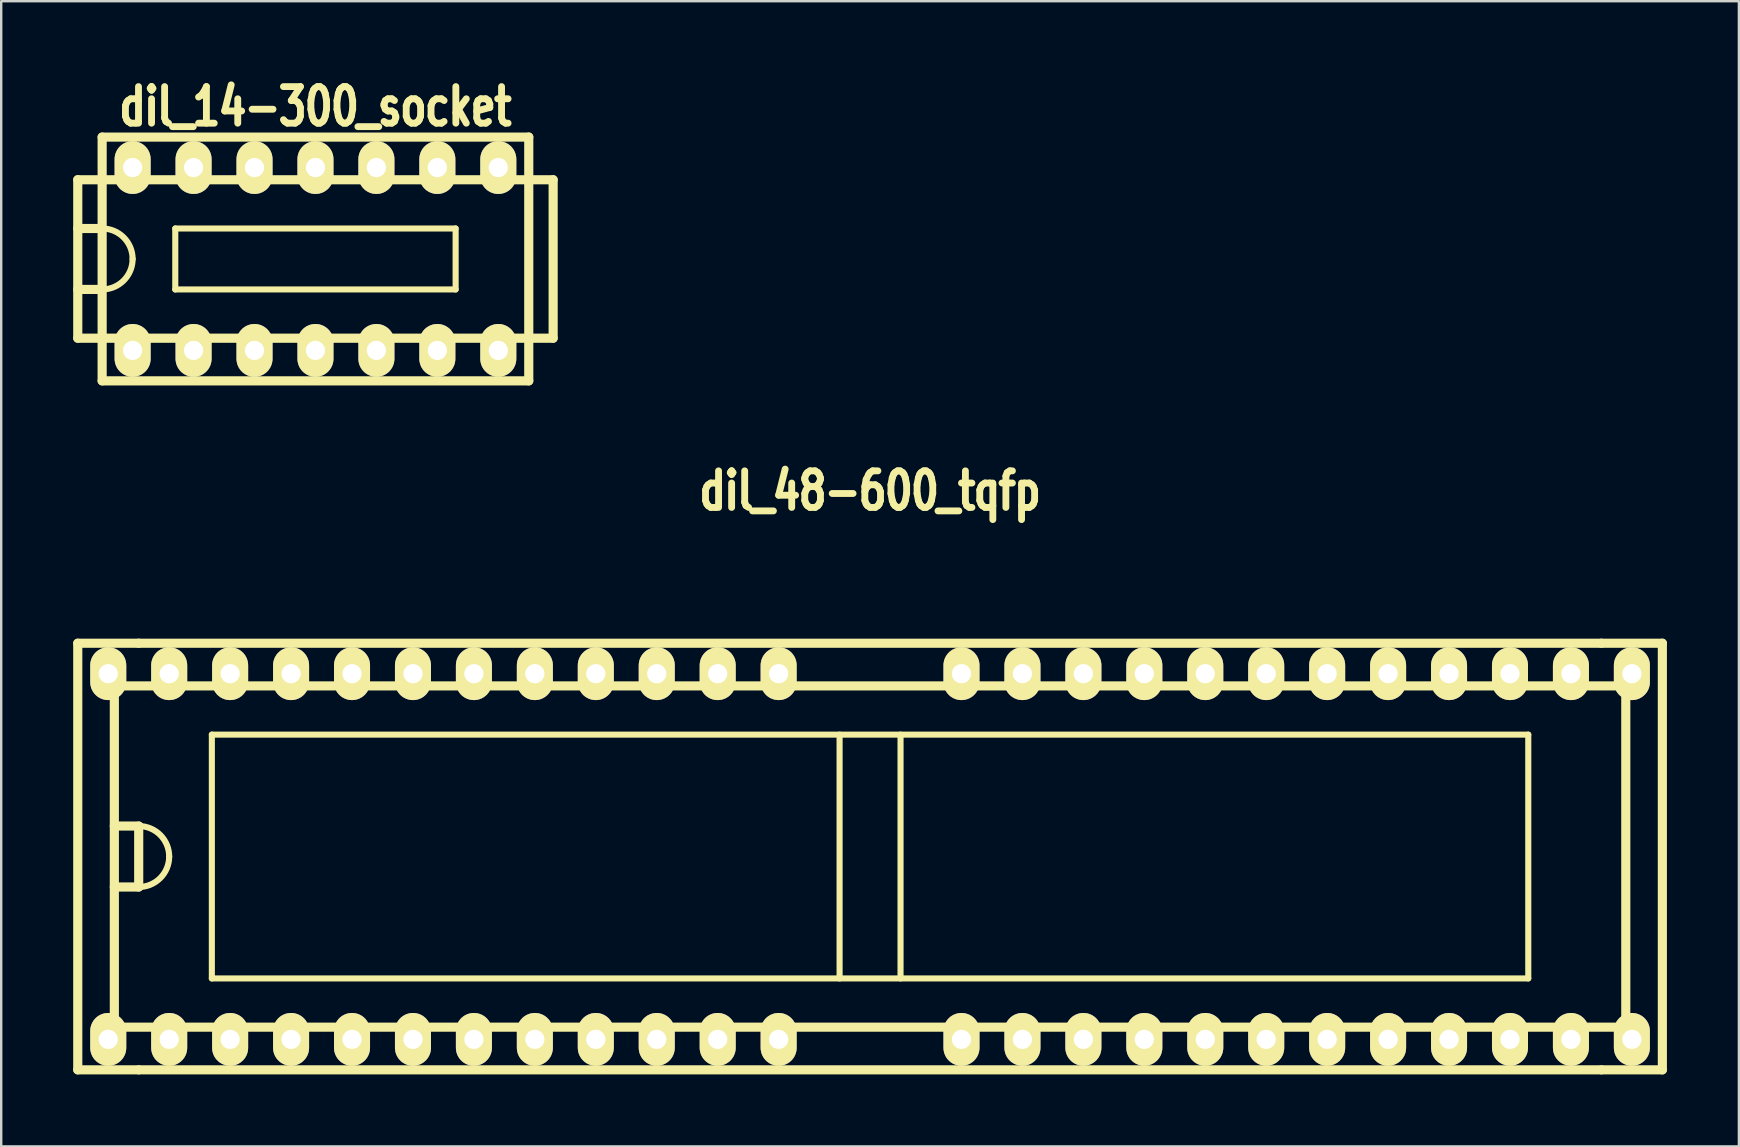
<source format=kicad_pcb>
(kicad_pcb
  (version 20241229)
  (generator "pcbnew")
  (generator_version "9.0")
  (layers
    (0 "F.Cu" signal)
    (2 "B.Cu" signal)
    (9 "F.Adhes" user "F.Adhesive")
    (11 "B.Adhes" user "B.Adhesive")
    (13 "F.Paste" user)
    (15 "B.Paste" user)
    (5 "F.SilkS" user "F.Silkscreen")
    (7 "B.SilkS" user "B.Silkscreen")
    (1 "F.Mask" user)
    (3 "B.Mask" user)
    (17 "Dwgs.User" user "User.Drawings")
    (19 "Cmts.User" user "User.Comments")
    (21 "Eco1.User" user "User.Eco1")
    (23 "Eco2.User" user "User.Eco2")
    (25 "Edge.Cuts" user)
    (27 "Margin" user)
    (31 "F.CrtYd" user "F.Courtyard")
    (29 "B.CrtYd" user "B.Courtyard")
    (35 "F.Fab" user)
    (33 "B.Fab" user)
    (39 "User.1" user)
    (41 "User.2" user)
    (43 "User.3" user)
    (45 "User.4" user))
  (footprint "dil_14-300_socket"
    (layer "F.Cu")
    (at 10.097 7.743)
    (property "Reference" "dil_14-300_socket" (at 0 -6.35 0) (layer "F.SilkS") (effects (font (size 1.524 1.143) (thickness 0.287))))
    (attr through_hole)
    (fp_line (start -9.906 -3.302) (end 9.906 -3.302) (stroke (width 0.381) (type solid)) (layer "F.SilkS"))
    (fp_line (start -9.906 3.302) (end -9.906 -3.302) (stroke (width 0.381) (type solid)) (layer "F.SilkS"))
    (fp_line (start -8.89 -1.27) (end -9.906 -1.27) (stroke (width 0.381) (type solid)) (layer "F.SilkS"))
    (fp_line (start -8.89 1.27) (end -9.906 1.27) (stroke (width 0.381) (type solid)) (layer "F.SilkS"))
    (fp_line (start -8.89 5.08) (end -8.89 -5.08) (stroke (width 0.381) (type solid)) (layer "F.SilkS"))
    (fp_line (start -8.89 5.08) (end 8.89 5.08) (stroke (width 0.381) (type solid)) (layer "F.SilkS"))
    (fp_line (start -5.842 -1.27) (end -5.842 1.27) (stroke (width 0.254) (type solid)) (layer "F.SilkS"))
    (fp_line (start -5.842 -1.27) (end 5.842 -1.27) (stroke (width 0.254) (type solid)) (layer "F.SilkS"))
    (fp_line (start 5.842 1.27) (end -5.842 1.27) (stroke (width 0.254) (type solid)) (layer "F.SilkS"))
    (fp_line (start 5.842 1.27) (end 5.842 -1.27) (stroke (width 0.254) (type solid)) (layer "F.SilkS"))
    (fp_line (start 8.89 -5.08) (end -8.89 -5.08) (stroke (width 0.381) (type solid)) (layer "F.SilkS"))
    (fp_line (start 8.89 -5.08) (end 8.89 5.08) (stroke (width 0.381) (type solid)) (layer "F.SilkS"))
    (fp_line (start 9.906 -3.302) (end 9.906 3.302) (stroke (width 0.381) (type solid)) (layer "F.SilkS"))
    (fp_line (start 9.906 3.302) (end -9.906 3.302) (stroke (width 0.381) (type solid)) (layer "F.SilkS"))
    (fp_arc (start -8.89 -1.27) (mid -7.991974 -0.898026) (end -7.62 0) (stroke (width 0.254) (type solid)) (layer "F.SilkS"))
    (fp_arc (start -7.62 0) (mid -7.991974 0.898026) (end -8.89 1.27) (stroke (width 0.254) (type solid)) (layer "F.SilkS"))
    (pad "1" thru_hole oval (at -7.62 3.81) (size 1.501 2.2) (drill 0.8) (layers "*.Cu" "*.Mask" "F.SilkS"))
    (pad "2" thru_hole oval (at -5.08 3.81) (size 1.501 2.2) (drill 0.8) (layers "*.Cu" "*.Mask" "F.SilkS"))
    (pad "3" thru_hole oval (at -2.54 3.81) (size 1.501 2.2) (drill 0.8) (layers "*.Cu" "*.Mask" "F.SilkS"))
    (pad "4" thru_hole oval (at 0 3.81) (size 1.501 2.2) (drill 0.8) (layers "*.Cu" "*.Mask" "F.SilkS"))
    (pad "5" thru_hole oval (at 2.54 3.81) (size 1.501 2.2) (drill 0.8) (layers "*.Cu" "*.Mask" "F.SilkS"))
    (pad "6" thru_hole oval (at 5.08 3.81) (size 1.501 2.2) (drill 0.8) (layers "*.Cu" "*.Mask" "F.SilkS"))
    (pad "7" thru_hole oval (at 7.62 3.81) (size 1.501 2.2) (drill 0.8) (layers "*.Cu" "*.Mask" "F.SilkS"))
    (pad "8" thru_hole oval (at 7.62 -3.81) (size 1.501 2.2) (drill 0.8) (layers "*.Cu" "*.Mask" "F.SilkS"))
    (pad "9" thru_hole oval (at 5.08 -3.81) (size 1.501 2.2) (drill 0.8) (layers "*.Cu" "*.Mask" "F.SilkS"))
    (pad "10" thru_hole oval (at 2.54 -3.81) (size 1.501 2.2) (drill 0.8) (layers "*.Cu" "*.Mask" "F.SilkS"))
    (pad "11" thru_hole oval (at 0 -3.81) (size 1.501 2.2) (drill 0.8) (layers "*.Cu" "*.Mask" "F.SilkS"))
    (pad "12" thru_hole oval (at -2.54 -3.81) (size 1.501 2.2) (drill 0.8) (layers "*.Cu" "*.Mask" "F.SilkS"))
    (pad "13" thru_hole oval (at -5.08 -3.81) (size 1.501 2.2) (drill 0.8) (layers "*.Cu" "*.Mask" "F.SilkS"))
    (pad "14" thru_hole oval (at -7.62 -3.81) (size 1.501 2.2) (drill 0.8) (layers "*.Cu" "*.Mask" "F.SilkS")))
  (footprint "dil_48-600_tqfp"
    (layer "F.Cu")
    (at 33.211 32.647)
    (property "Reference" "dil_48-600_tqfp" (at 0 -15.24 0) (layer "F.SilkS") (effects (font (size 1.524 1.143) (thickness 0.287))))
    (attr through_hole)
    (fp_line (start -33.02 8.89) (end -33.02 -8.89) (stroke (width 0.381) (type solid)) (layer "F.SilkS"))
    (fp_line (start -31.496 -7.112) (end -31.496 7.112) (stroke (width 0.381) (type solid)) (layer "F.SilkS"))
    (fp_line (start -30.48 -8.89) (end -33.02 -8.89) (stroke (width 0.381) (type solid)) (layer "F.SilkS"))
    (fp_line (start -30.48 -8.89) (end 30.48 -8.89) (stroke (width 0.381) (type solid)) (layer "F.SilkS"))
    (fp_line (start -30.48 -1.27) (end -31.496 -1.27) (stroke (width 0.381) (type solid)) (layer "F.SilkS"))
    (fp_line (start -30.48 -1.27) (end -30.48 1.27) (stroke (width 0.381) (type solid)) (layer "F.SilkS"))
    (fp_line (start -30.48 1.27) (end -31.496 1.27) (stroke (width 0.381) (type solid)) (layer "F.SilkS"))
    (fp_line (start -30.48 8.89) (end -33.02 8.89) (stroke (width 0.381) (type solid)) (layer "F.SilkS"))
    (fp_line (start -30.48 8.89) (end 30.48 8.89) (stroke (width 0.381) (type solid)) (layer "F.SilkS"))
    (fp_line (start -27.432 -5.08) (end -27.432 5.08) (stroke (width 0.254) (type solid)) (layer "F.SilkS"))
    (fp_line (start -27.432 5.08) (end 27.432 5.08) (stroke (width 0.254) (type solid)) (layer "F.SilkS"))
    (fp_line (start -1.27 -5.08) (end -1.27 5.08) (stroke (width 0.254) (type solid)) (layer "F.SilkS"))
    (fp_line (start 1.27 5.08) (end 1.27 -5.08) (stroke (width 0.254) (type solid)) (layer "F.SilkS"))
    (fp_line (start 27.432 -5.08) (end -27.432 -5.08) (stroke (width 0.254) (type solid)) (layer "F.SilkS"))
    (fp_line (start 27.432 -5.08) (end 27.432 5.08) (stroke (width 0.254) (type solid)) (layer "F.SilkS"))
    (fp_line (start 31.496 -7.112) (end -31.496 -7.112) (stroke (width 0.381) (type solid)) (layer "F.SilkS"))
    (fp_line (start 31.496 7.112) (end -31.496 7.112) (stroke (width 0.381) (type solid)) (layer "F.SilkS"))
    (fp_line (start 31.496 7.112) (end 31.496 -7.112) (stroke (width 0.381) (type solid)) (layer "F.SilkS"))
    (fp_line (start 33.02 -8.89) (end 30.48 -8.89) (stroke (width 0.381) (type solid)) (layer "F.SilkS"))
    (fp_line (start 33.02 -8.89) (end 33.02 8.89) (stroke (width 0.381) (type solid)) (layer "F.SilkS"))
    (fp_line (start 33.02 8.89) (end 30.48 8.89) (stroke (width 0.381) (type solid)) (layer "F.SilkS"))
    (fp_arc (start -30.48 -1.27) (mid -29.581974 -0.898026) (end -29.21 0) (stroke (width 0.254) (type solid)) (layer "F.SilkS"))
    (fp_arc (start -29.21 0) (mid -29.581974 0.898026) (end -30.48 1.27) (stroke (width 0.254) (type solid)) (layer "F.SilkS"))
    (pad "1" thru_hole oval (at -31.75 7.62) (size 1.501 2.2) (drill 0.8) (layers "*.Cu" "*.Mask" "F.SilkS"))
    (pad "2" thru_hole oval (at -29.21 7.62) (size 1.501 2.2) (drill 0.8) (layers "*.Cu" "*.Mask" "F.SilkS"))
    (pad "3" thru_hole oval (at -26.67 7.62) (size 1.501 2.2) (drill 0.8) (layers "*.Cu" "*.Mask" "F.SilkS"))
    (pad "4" thru_hole oval (at -24.13 7.62) (size 1.501 2.2) (drill 0.8) (layers "*.Cu" "*.Mask" "F.SilkS"))
    (pad "5" thru_hole oval (at -21.59 7.62) (size 1.501 2.2) (drill 0.8) (layers "*.Cu" "*.Mask" "F.SilkS"))
    (pad "6" thru_hole oval (at -19.05 7.62) (size 1.501 2.2) (drill 0.8) (layers "*.Cu" "*.Mask" "F.SilkS"))
    (pad "7" thru_hole oval (at -16.51 7.62) (size 1.501 2.2) (drill 0.8) (layers "*.Cu" "*.Mask" "F.SilkS"))
    (pad "8" thru_hole oval (at -13.97 7.62) (size 1.501 2.2) (drill 0.8) (layers "*.Cu" "*.Mask" "F.SilkS"))
    (pad "9" thru_hole oval (at -11.43 7.62) (size 1.501 2.2) (drill 0.8) (layers "*.Cu" "*.Mask" "F.SilkS"))
    (pad "10" thru_hole oval (at -8.89 7.62) (size 1.501 2.2) (drill 0.8) (layers "*.Cu" "*.Mask" "F.SilkS"))
    (pad "11" thru_hole oval (at -6.35 7.62) (size 1.501 2.2) (drill 0.8) (layers "*.Cu" "*.Mask" "F.SilkS"))
    (pad "12" thru_hole oval (at -3.81 7.62) (size 1.501 2.2) (drill 0.8) (layers "*.Cu" "*.Mask" "F.SilkS"))
    (pad "13" thru_hole oval (at 3.81 7.62) (size 1.501 2.2) (drill 0.8) (layers "*.Cu" "*.Mask" "F.SilkS"))
    (pad "14" thru_hole oval (at 6.35 7.62) (size 1.501 2.2) (drill 0.8) (layers "*.Cu" "*.Mask" "F.SilkS"))
    (pad "15" thru_hole oval (at 8.89 7.62) (size 1.501 2.2) (drill 0.8) (layers "*.Cu" "*.Mask" "F.SilkS"))
    (pad "16" thru_hole oval (at 11.43 7.62) (size 1.501 2.2) (drill 0.8) (layers "*.Cu" "*.Mask" "F.SilkS"))
    (pad "17" thru_hole oval (at 13.97 7.62) (size 1.501 2.2) (drill 0.8) (layers "*.Cu" "*.Mask" "F.SilkS"))
    (pad "18" thru_hole oval (at 16.51 7.62) (size 1.501 2.2) (drill 0.8) (layers "*.Cu" "*.Mask" "F.SilkS"))
    (pad "19" thru_hole oval (at 19.05 7.62) (size 1.501 2.2) (drill 0.8) (layers "*.Cu" "*.Mask" "F.SilkS"))
    (pad "20" thru_hole oval (at 21.59 7.62) (size 1.501 2.2) (drill 0.8) (layers "*.Cu" "*.Mask" "F.SilkS"))
    (pad "21" thru_hole oval (at 24.13 7.62) (size 1.501 2.2) (drill 0.8) (layers "*.Cu" "*.Mask" "F.SilkS"))
    (pad "22" thru_hole oval (at 26.67 7.62) (size 1.501 2.2) (drill 0.8) (layers "*.Cu" "*.Mask" "F.SilkS"))
    (pad "23" thru_hole oval (at 29.21 7.62) (size 1.501 2.2) (drill 0.8) (layers "*.Cu" "*.Mask" "F.SilkS"))
    (pad "24" thru_hole oval (at 31.75 7.62) (size 1.501 2.2) (drill 0.8) (layers "*.Cu" "*.Mask" "F.SilkS"))
    (pad "25" thru_hole oval (at 31.75 -7.62) (size 1.501 2.2) (drill 0.8) (layers "*.Cu" "*.Mask" "F.SilkS"))
    (pad "26" thru_hole oval (at 29.21 -7.62) (size 1.501 2.2) (drill 0.8) (layers "*.Cu" "*.Mask" "F.SilkS"))
    (pad "27" thru_hole oval (at 26.67 -7.62) (size 1.501 2.2) (drill 0.8) (layers "*.Cu" "*.Mask" "F.SilkS"))
    (pad "28" thru_hole oval (at 24.13 -7.62) (size 1.501 2.2) (drill 0.8) (layers "*.Cu" "*.Mask" "F.SilkS"))
    (pad "29" thru_hole oval (at 21.59 -7.62) (size 1.501 2.2) (drill 0.8) (layers "*.Cu" "*.Mask" "F.SilkS"))
    (pad "30" thru_hole oval (at 19.05 -7.62) (size 1.501 2.2) (drill 0.8) (layers "*.Cu" "*.Mask" "F.SilkS"))
    (pad "31" thru_hole oval (at 16.51 -7.62) (size 1.501 2.2) (drill 0.8) (layers "*.Cu" "*.Mask" "F.SilkS"))
    (pad "32" thru_hole oval (at 13.97 -7.62) (size 1.501 2.2) (drill 0.8) (layers "*.Cu" "*.Mask" "F.SilkS"))
    (pad "33" thru_hole oval (at 11.43 -7.62) (size 1.501 2.2) (drill 0.8) (layers "*.Cu" "*.Mask" "F.SilkS"))
    (pad "34" thru_hole oval (at 8.89 -7.62) (size 1.501 2.2) (drill 0.8) (layers "*.Cu" "*.Mask" "F.SilkS"))
    (pad "35" thru_hole oval (at 6.35 -7.62) (size 1.501 2.2) (drill 0.8) (layers "*.Cu" "*.Mask" "F.SilkS"))
    (pad "36" thru_hole oval (at 3.81 -7.62) (size 1.501 2.2) (drill 0.8) (layers "*.Cu" "*.Mask" "F.SilkS"))
    (pad "37" thru_hole oval (at -3.81 -7.62) (size 1.501 2.2) (drill 0.8) (layers "*.Cu" "*.Mask" "F.SilkS"))
    (pad "38" thru_hole oval (at -6.35 -7.62) (size 1.501 2.2) (drill 0.8) (layers "*.Cu" "*.Mask" "F.SilkS"))
    (pad "39" thru_hole oval (at -8.89 -7.62) (size 1.501 2.2) (drill 0.8) (layers "*.Cu" "*.Mask" "F.SilkS"))
    (pad "40" thru_hole oval (at -11.43 -7.62) (size 1.501 2.2) (drill 0.8) (layers "*.Cu" "*.Mask" "F.SilkS"))
    (pad "41" thru_hole oval (at -13.97 -7.62) (size 1.501 2.2) (drill 0.8) (layers "*.Cu" "*.Mask" "F.SilkS"))
    (pad "42" thru_hole oval (at -16.51 -7.62) (size 1.501 2.2) (drill 0.8) (layers "*.Cu" "*.Mask" "F.SilkS"))
    (pad "43" thru_hole oval (at -19.05 -7.62) (size 1.501 2.2) (drill 0.8) (layers "*.Cu" "*.Mask" "F.SilkS"))
    (pad "44" thru_hole oval (at -21.59 -7.62) (size 1.501 2.2) (drill 0.8) (layers "*.Cu" "*.Mask" "F.SilkS"))
    (pad "45" thru_hole oval (at -24.13 -7.62) (size 1.501 2.2) (drill 0.8) (layers "*.Cu" "*.Mask" "F.SilkS"))
    (pad "46" thru_hole oval (at -26.67 -7.62) (size 1.501 2.2) (drill 0.8) (layers "*.Cu" "*.Mask" "F.SilkS"))
    (pad "47" thru_hole oval (at -29.21 -7.62) (size 1.501 2.2) (drill 0.8) (layers "*.Cu" "*.Mask" "F.SilkS"))
    (pad "48" thru_hole oval (at -31.75 -7.62) (size 1.501 2.2) (drill 0.8) (layers "*.Cu" "*.Mask" "F.SilkS")))
  (gr_rect
    (start -3 -3)
    (end 69.421 44.727)
    (stroke (width 0.1) (type default))
    (fill no)
    (layer "Edge.Cuts")))
</source>
